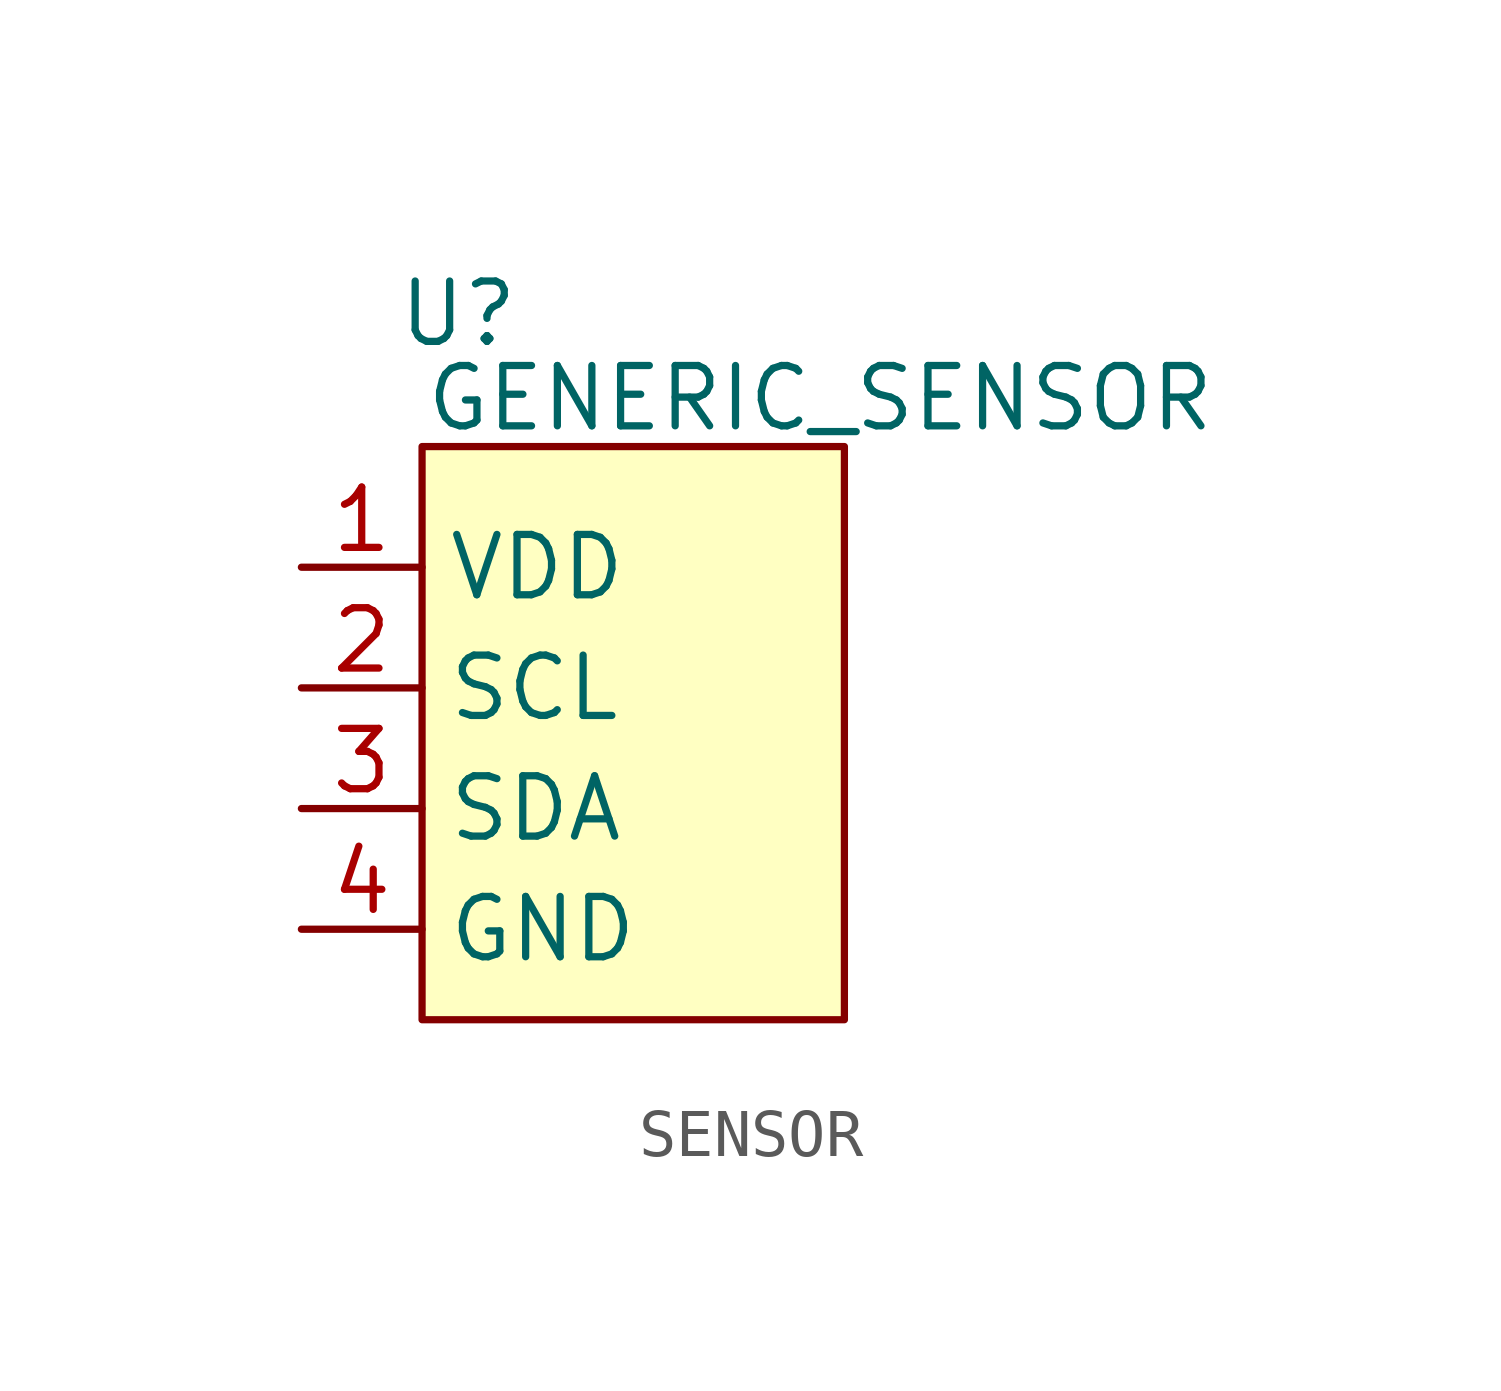
<source format=kicad_sym>
(kicad_symbol_lib
  (version 20241209)
  (generator "kicad_symbol_editor")
  (generator_version "9.0")
  (symbol "SENSOR"
    (property "Reference" "U"
      (at 0.762 2.794 0)
      (effects (font (size 1.27 1.27))))
    (property "Value" "GENERIC_SENSOR"
      (at 8.382 1.016 0)
      (effects (font (size 1.27 1.27))))
    (symbol "SENSOR_0_0"
      (pin power_in line (at -2.54 -2.54 0) (length 2.54) (name "VDD" (effects (font (size 1.27 1.27)))) (number "1" (effects (font (size 1.27 1.27)))))
      (pin input line (at -2.54 -5.08 0) (length 2.54) (name "SCL" (effects (font (size 1.27 1.27)))) (number "2" (effects (font (size 1.27 1.27)))))
      (pin bidirectional line (at -2.54 -7.62 0) (length 2.54) (name "SDA" (effects (font (size 1.27 1.27)))) (number "3" (effects (font (size 1.27 1.27)))))
      (pin power_out line (at -2.54 -10.16 0) (length 2.54) (name "GND" (effects (font (size 1.27 1.27)))) (number "4" (effects (font (size 1.27 1.27))))))
    (symbol "SENSOR_1_1"
      (rectangle (start 0 0) (end 8.89 -12.065) (stroke (width 0) (type solid)) (fill (type background))))))
</source>
